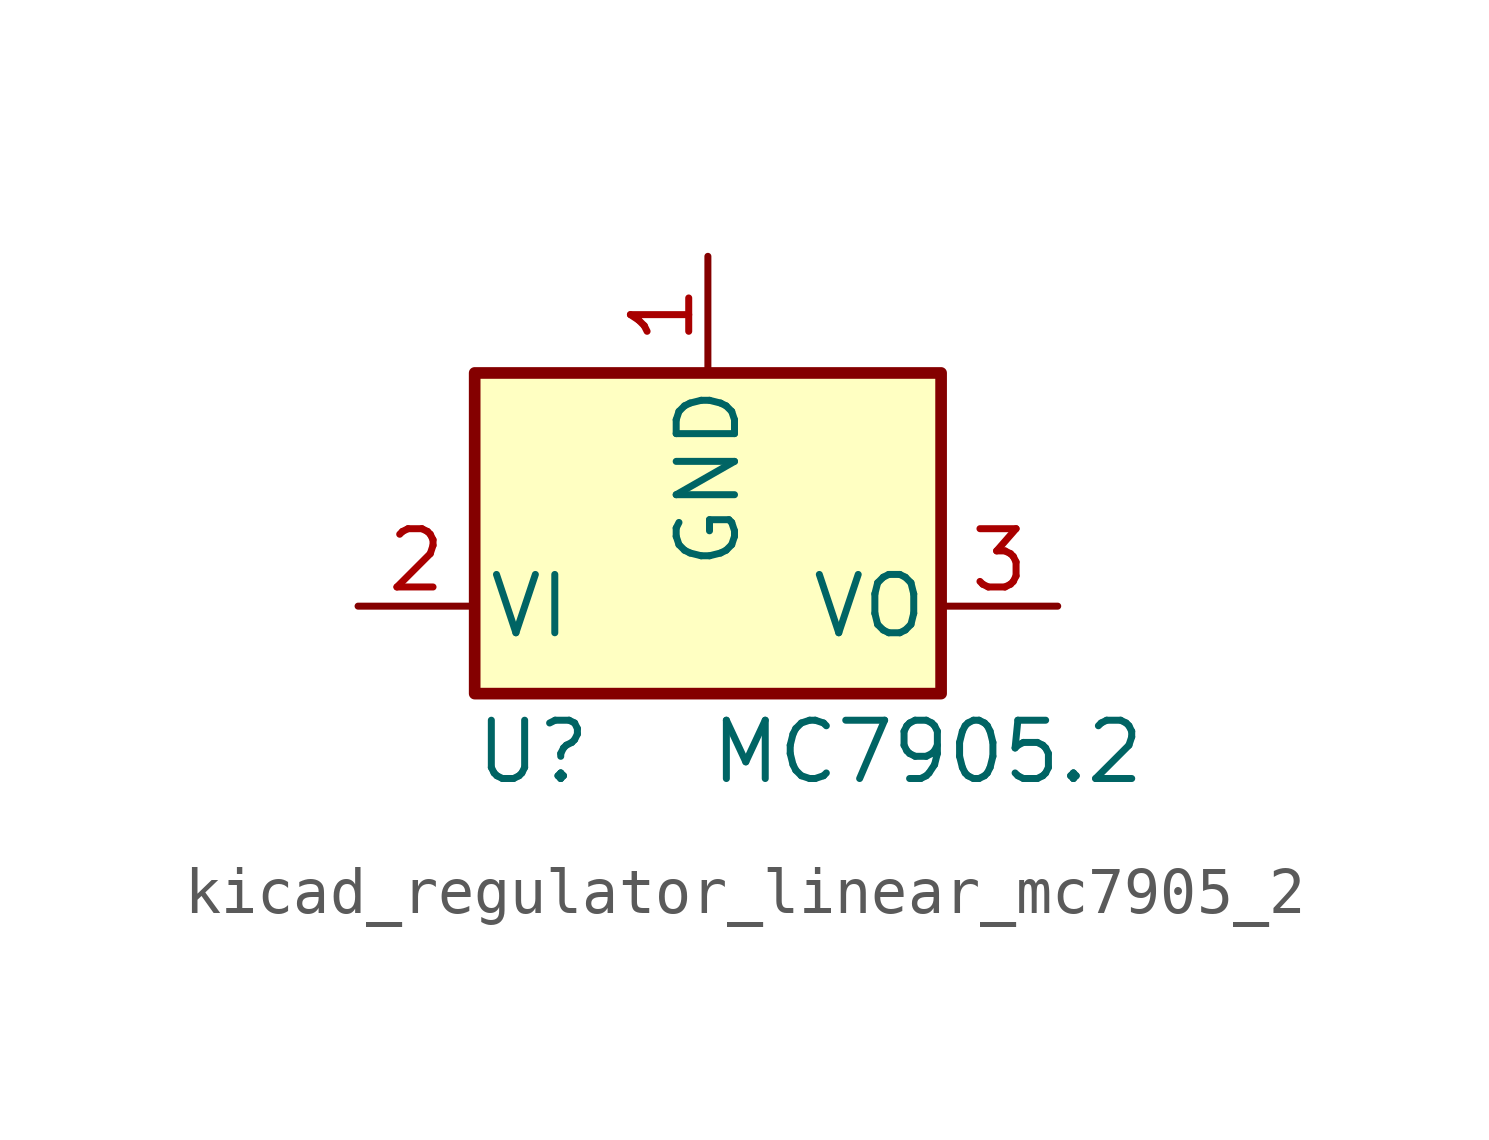
<source format=kicad_sym>
(kicad_symbol_lib
  (version 20220914)
  (generator kicad_symbol_editor)
  (symbol "kicad_regulator_linear_mc7905_2"
    (pin_names
      (offset 0.254))
    (property "Reference" "U"
      (at -3.81 -3.175 0)
      (effects (font (size 1.27 1.27))))
    (property "Value" "MC7905.2"
      (at 0 -3.175 0)
      (effects (font (size 1.27 1.27)) (justify left)))
    (symbol "kicad_regulator_linear_mc7905_2_0_1"
      (rectangle (start -5.08 5.08) (end 5.08 -1.905) (stroke (width 0.254) (type default)) (fill (type background))))
    (symbol "kicad_regulator_linear_mc7905_2_1_1"
      (pin power_in line (at 0 7.62 270) (length 2.54) (name "GND" (effects (font (size 1.27 1.27)))) (number "1" (effects (font (size 1.27 1.27)))))
      (pin power_in line (at -7.62 0 0) (length 2.54) (name "VI" (effects (font (size 1.27 1.27)))) (number "2" (effects (font (size 1.27 1.27)))))
      (pin power_out line (at 7.62 0 180) (length 2.54) (name "VO" (effects (font (size 1.27 1.27)))) (number "3" (effects (font (size 1.27 1.27))))))))
</source>
